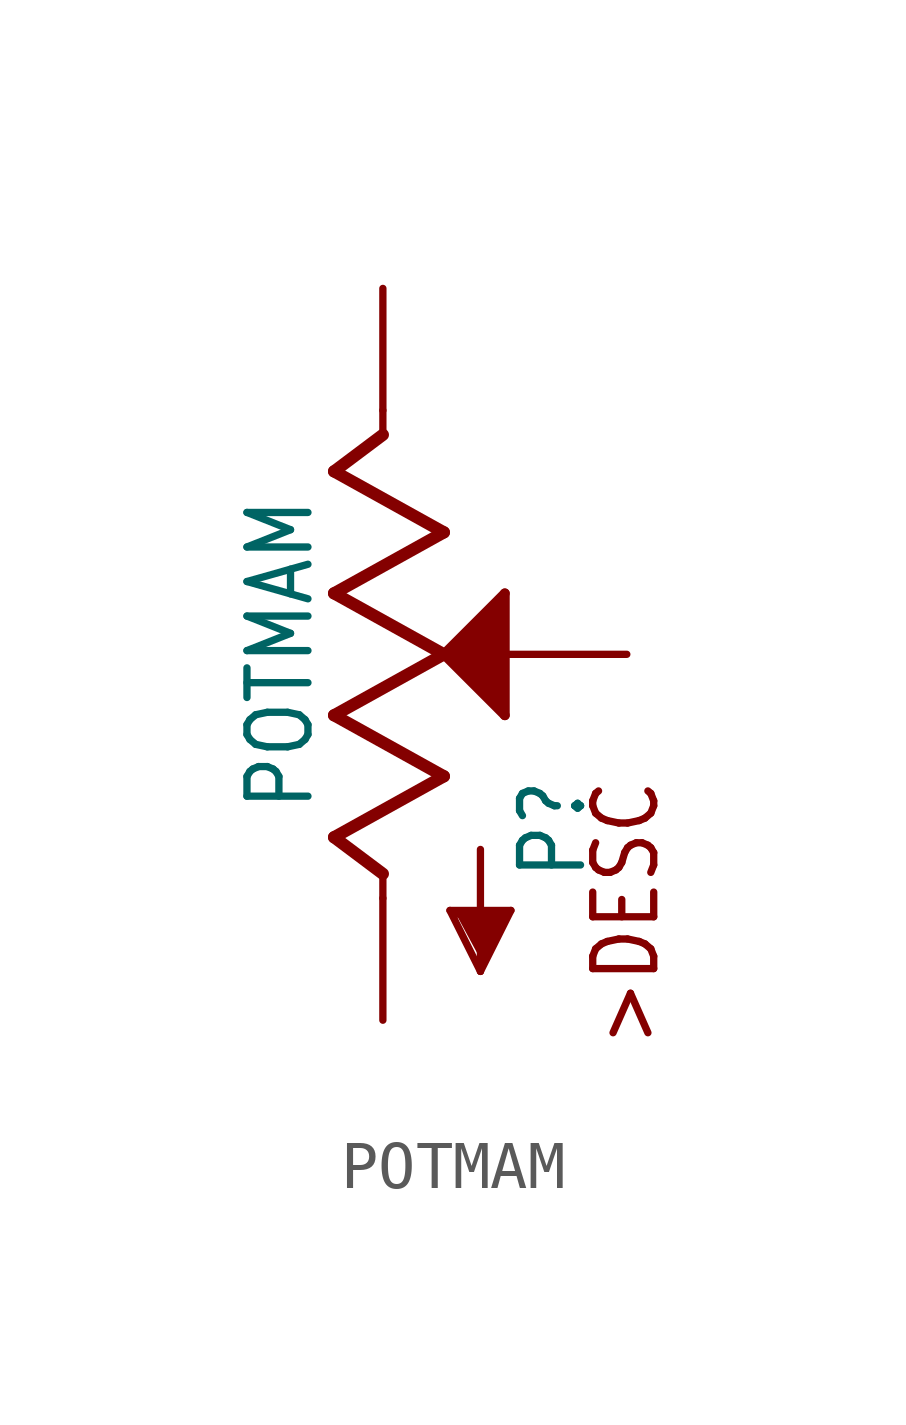
<source format=kicad_sym>
(kicad_symbol_lib
  (version 20211014)
  (generator kicad_symbol_editor)
  (symbol "POTMAM"
    (property "Reference" "P"
      (at 2.794 -2.54 90)
      (effects (font (size 1.27 1.079)) (justify right top)))
    (property "Value" "POTMAM"
      (at -1.397 0 90)
      (effects (font (size 1.27 1.079)) (justify bottom)))
    (property "ki_locked" ""
      (at 0 0 0)
      (effects (font (size 1.27 1.27))))
    (symbol "POTMAM_1_0"
      (polyline (pts (xy -1.016 -3.81) (xy 1.27 -2.54)) (stroke (width 0.254) (type default) (color 0 0 0 0)) (fill (type none)))
      (polyline (pts (xy -1.016 -1.27) (xy 1.27 0)) (stroke (width 0.254) (type default) (color 0 0 0 0)) (fill (type none)))
      (polyline (pts (xy -1.016 1.27) (xy 1.27 2.54)) (stroke (width 0.254) (type default) (color 0 0 0 0)) (fill (type none)))
      (polyline (pts (xy -1.016 3.81) (xy 0 4.572)) (stroke (width 0.254) (type default) (color 0 0 0 0)) (fill (type none)))
      (polyline (pts (xy 0 -5.08) (xy 0 -4.572)) (stroke (width 0.152) (type default) (color 0 0 0 0)) (fill (type none)))
      (polyline (pts (xy 0 -4.572) (xy -1.016 -3.81)) (stroke (width 0.254) (type default) (color 0 0 0 0)) (fill (type none)))
      (polyline (pts (xy 0 4.572) (xy 0 5.08)) (stroke (width 0.152) (type default) (color 0 0 0 0)) (fill (type none)))
      (polyline (pts (xy 1.27 -2.54) (xy -1.016 -1.27)) (stroke (width 0.254) (type default) (color 0 0 0 0)) (fill (type none)))
      (polyline (pts (xy 1.27 0) (xy -1.016 1.27)) (stroke (width 0.254) (type default) (color 0 0 0 0)) (fill (type none)))
      (polyline (pts (xy 1.27 0) (xy 2.54 1.27)) (stroke (width 0.203) (type default) (color 0 0 0 0)) (fill (type none)))
      (polyline (pts (xy 1.27 2.54) (xy -1.016 3.81)) (stroke (width 0.254) (type default) (color 0 0 0 0)) (fill (type none)))
      (polyline (pts (xy 1.397 -5.334) (xy 2.032 -6.604)) (stroke (width 0.152) (type default) (color 0 0 0 0)) (fill (type none)))
      (polyline (pts (xy 2.032 -6.604) (xy 2.667 -5.334)) (stroke (width 0.152) (type default) (color 0 0 0 0)) (fill (type none)))
      (polyline (pts (xy 2.032 -4.064) (xy 2.032 -6.604)) (stroke (width 0.152) (type default) (color 0 0 0 0)) (fill (type none)))
      (polyline (pts (xy 2.54 -1.27) (xy 1.27 0)) (stroke (width 0.203) (type default) (color 0 0 0 0)) (fill (type none)))
      (polyline (pts (xy 2.54 1.27) (xy 2.54 -1.27)) (stroke (width 0.203) (type default) (color 0 0 0 0)) (fill (type none)))
      (polyline (pts (xy 2.667 -5.334) (xy 1.397 -5.334)) (stroke (width 0.152) (type default) (color 0 0 0 0)) (fill (type none)))
      (polyline (pts (xy 1.524 -5.41) (xy 2.54 -5.41) (xy 2.032 -6.35)) (stroke (width 0) (type default) (color 0 0 0 0)) (fill (type outline)))
      (polyline (pts (xy 2.54 1.27) (xy 1.27 0) (xy 2.54 -1.27)) (stroke (width 0) (type default) (color 0 0 0 0)) (fill (type outline)))
      (text ">DESC" (at 4.318 -2.54 900) (effects (font (size 1.27 1.079)) (justify right top)))
      (pin passive line (at 5.08 0 180) (length 2.54) (name "S" (effects (font (size 0 0)))) (number "P$1" (effects (font (size 0 0)))))
      (pin passive line (at 0 -7.62 90) (length 2.54) (name "A" (effects (font (size 0 0)))) (number "P$2" (effects (font (size 0 0)))))
      (pin passive line (at 0 7.62 270) (length 2.54) (name "E" (effects (font (size 0 0)))) (number "P$3" (effects (font (size 0 0))))))))
</source>
